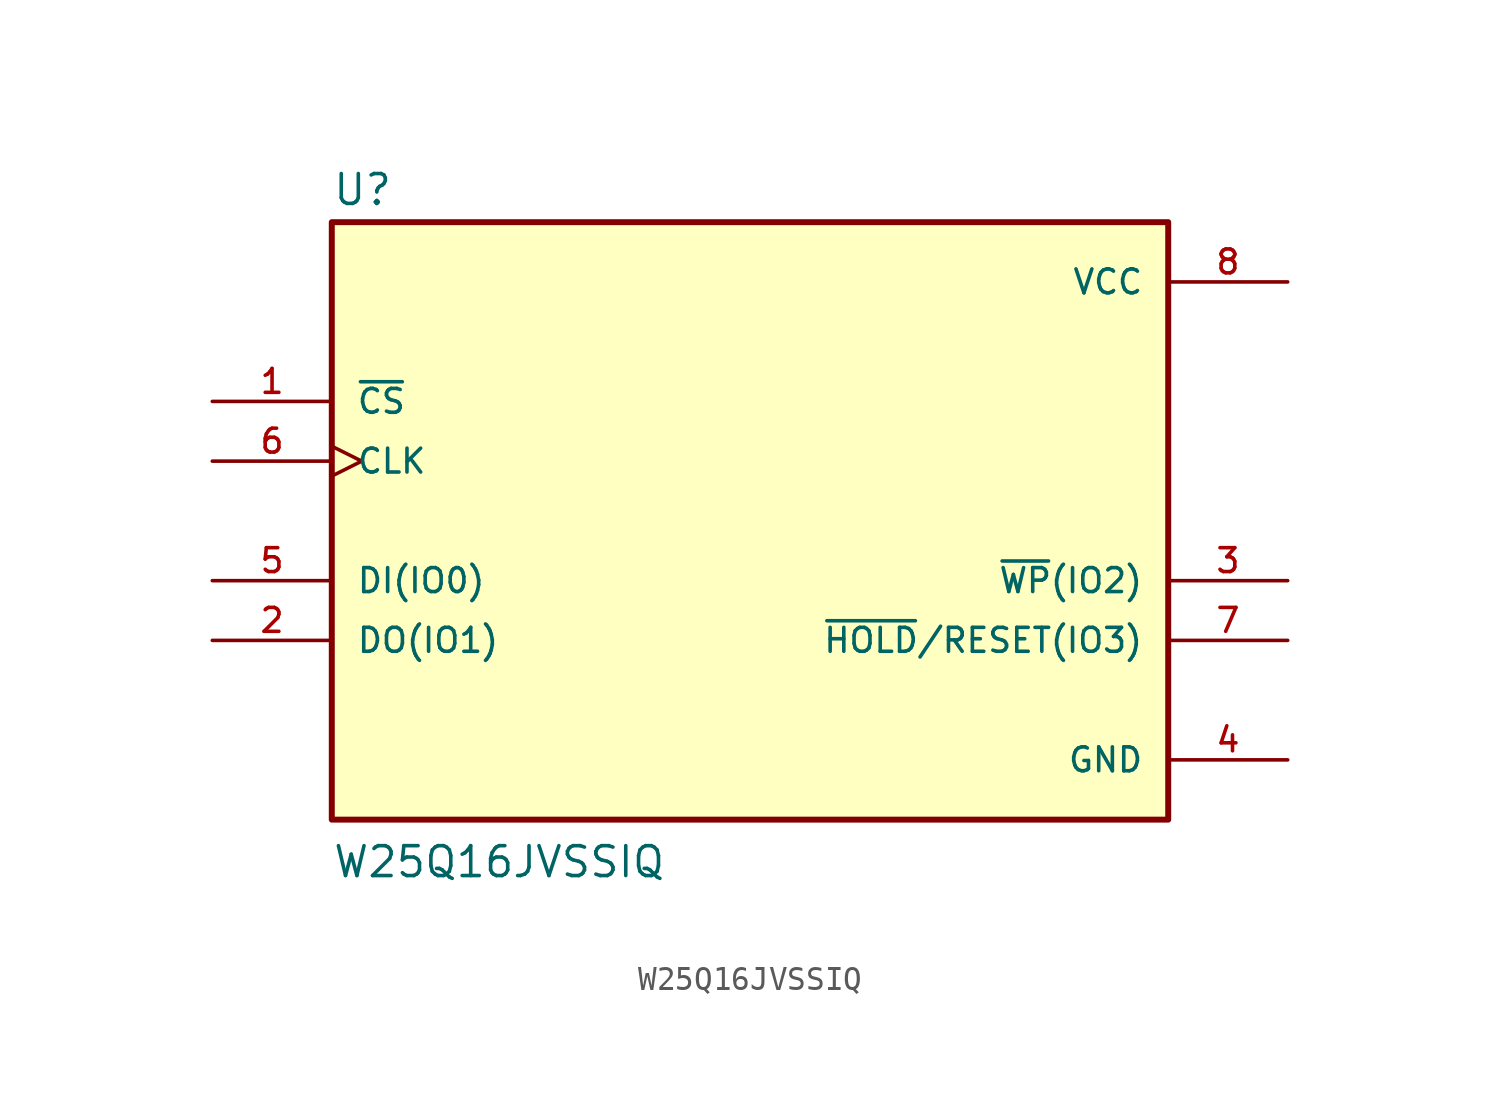
<source format=kicad_sym>
(kicad_symbol_lib
  (version 20211014)
  (generator kicad_symbol_editor)
  (symbol "W25Q16JVSSIQ"
    (pin_names
      (offset 1.016))
    (property "Reference" "U"
      (at -17.78 13.335 0)
      (effects (font (size 1.27 1.27)) (justify bottom left)))
    (property "Value" "W25Q16JVSSIQ"
      (at -17.78 -15.24 0)
      (effects (font (size 1.27 1.27)) (justify bottom left)))
    (symbol "W25Q16JVSSIQ_0_0"
      (rectangle (start -17.78 -12.7) (end 17.78 12.7) (stroke (width 0.254)) (fill (type background)))
      (pin input line (at -22.86 5.08 0) (length 5.08) (name "~{CS}" (effects (font (size 1.016 1.016)))) (number "1" (effects (font (size 1.016 1.016)))))
      (pin bidirectional line (at -22.86 -5.08 0) (length 5.08) (name "DO(IO1)" (effects (font (size 1.016 1.016)))) (number "2" (effects (font (size 1.016 1.016)))))
      (pin bidirectional line (at 22.86 -2.54 180.0) (length 5.08) (name "~{WP}(IO2)" (effects (font (size 1.016 1.016)))) (number "3" (effects (font (size 1.016 1.016)))))
      (pin power_in line (at 22.86 -10.16 180.0) (length 5.08) (name "GND" (effects (font (size 1.016 1.016)))) (number "4" (effects (font (size 1.016 1.016)))))
      (pin bidirectional line (at -22.86 -2.54 0) (length 5.08) (name "DI(IO0)" (effects (font (size 1.016 1.016)))) (number "5" (effects (font (size 1.016 1.016)))))
      (pin input clock (at -22.86 2.54 0) (length 5.08) (name "CLK" (effects (font (size 1.016 1.016)))) (number "6" (effects (font (size 1.016 1.016)))))
      (pin bidirectional line (at 22.86 -5.08 180.0) (length 5.08) (name "~{HOLD}/RESET(IO3)" (effects (font (size 1.016 1.016)))) (number "7" (effects (font (size 1.016 1.016)))))
      (pin power_in line (at 22.86 10.16 180.0) (length 5.08) (name "VCC" (effects (font (size 1.016 1.016)))) (number "8" (effects (font (size 1.016 1.016))))))))
</source>
